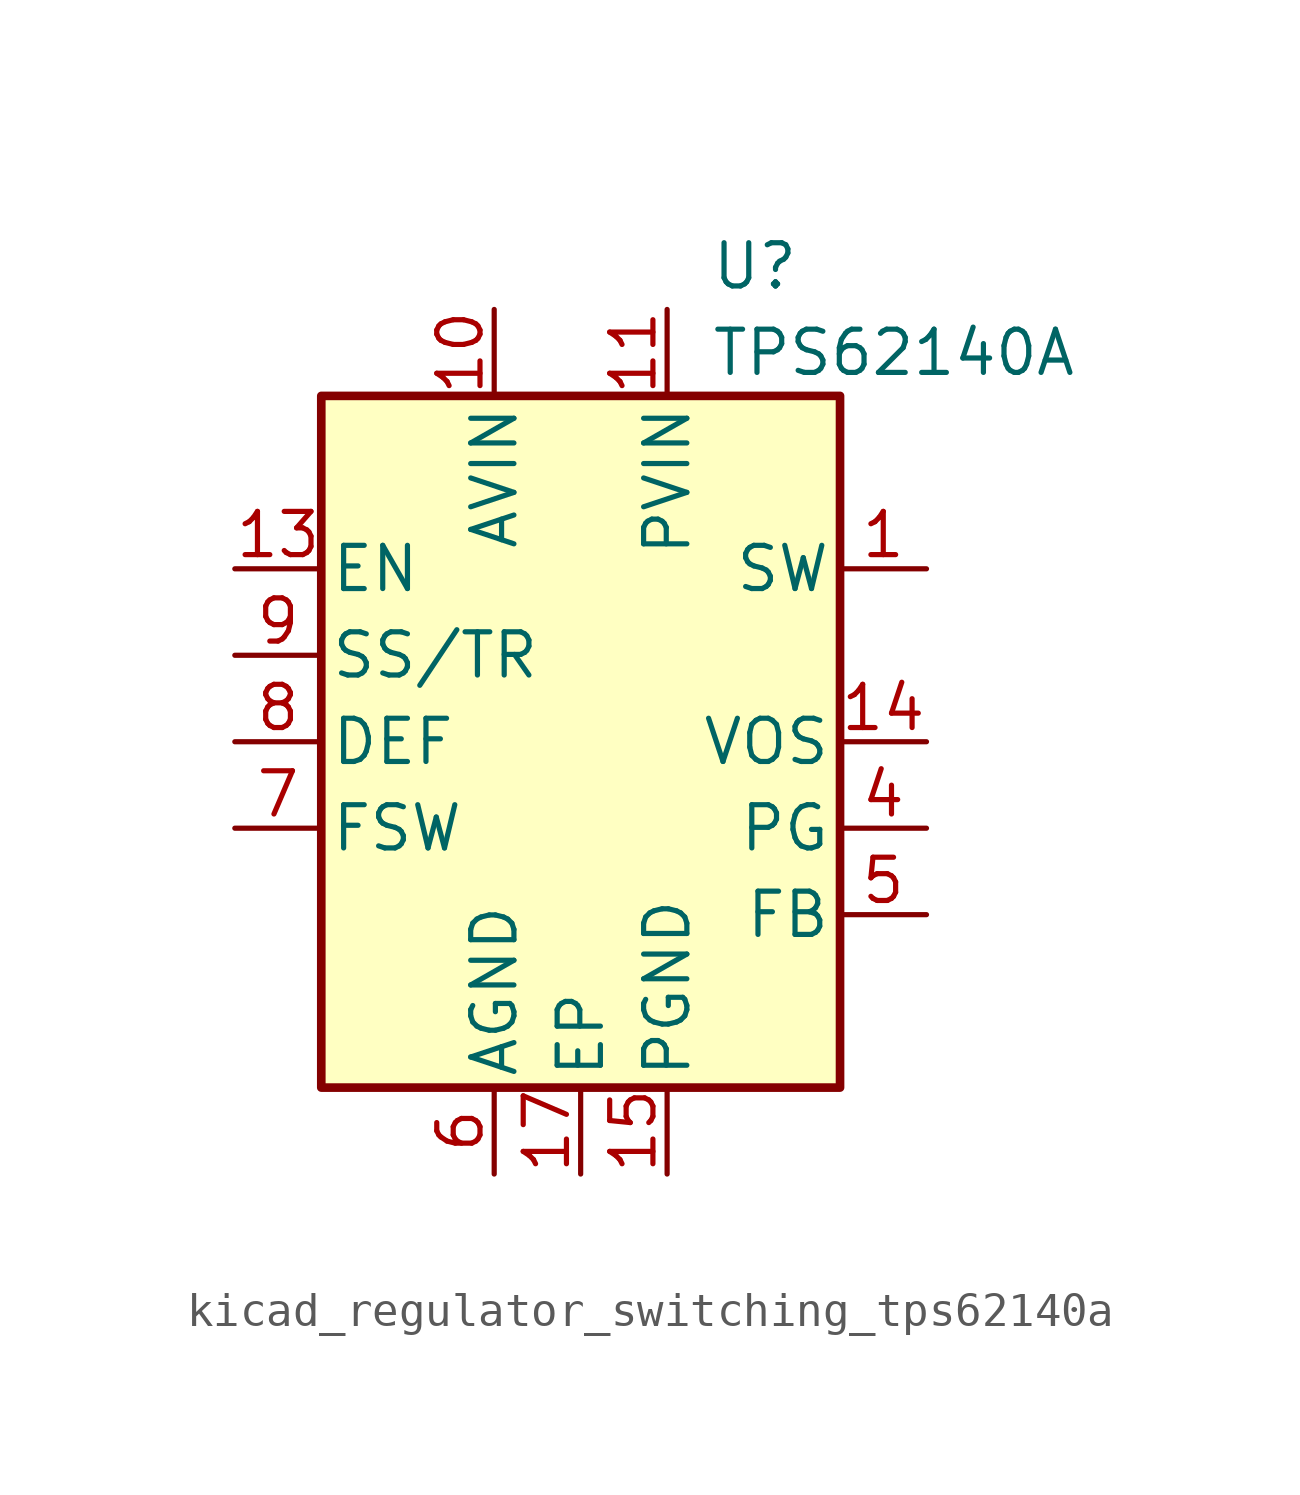
<source format=kicad_sym>
(kicad_symbol_lib
  (version 20220914)
  (generator kicad_symbol_editor)
  (symbol "kicad_regulator_switching_tps62140a"
    (pin_names
      (offset 0.254))
    (property "Reference" "U"
      (at 3.81 13.97 0)
      (effects (font (size 1.27 1.27)) (justify left)))
    (property "Value" "TPS62140A"
      (at 3.81 11.43 0)
      (effects (font (size 1.27 1.27)) (justify left)))
    (symbol "kicad_regulator_switching_tps62140a_0_1"
      (rectangle (start -7.62 10.16) (end 7.62 -10.16) (stroke (width 0.254) (type default)) (fill (type background))))
    (symbol "kicad_regulator_switching_tps62140a_1_1"
      (pin output line (at 10.16 5.08 180) (length 2.54) (name "SW" (effects (font (size 1.27 1.27)))) (number "1" (effects (font (size 1.27 1.27)))))
      (pin power_in line (at -2.54 12.7 270) (length 2.54) (name "AVIN" (effects (font (size 1.27 1.27)))) (number "10" (effects (font (size 1.27 1.27)))))
      (pin power_in line (at 2.54 12.7 270) (length 2.54) (name "PVIN" (effects (font (size 1.27 1.27)))) (number "11" (effects (font (size 1.27 1.27)))))
      (pin passive line (at 2.54 12.7 270) (length 2.54) hide (name "PVIN" (effects (font (size 1.27 1.27)))) (number "12" (effects (font (size 1.27 1.27)))))
      (pin input line (at -10.16 5.08 0) (length 2.54) (name "EN" (effects (font (size 1.27 1.27)))) (number "13" (effects (font (size 1.27 1.27)))))
      (pin input line (at 10.16 0 180) (length 2.54) (name "VOS" (effects (font (size 1.27 1.27)))) (number "14" (effects (font (size 1.27 1.27)))))
      (pin power_in line (at 2.54 -12.7 90) (length 2.54) (name "PGND" (effects (font (size 1.27 1.27)))) (number "15" (effects (font (size 1.27 1.27)))))
      (pin passive line (at 2.54 -12.7 90) (length 2.54) hide (name "PGND" (effects (font (size 1.27 1.27)))) (number "16" (effects (font (size 1.27 1.27)))))
      (pin power_in line (at 0 -12.7 90) (length 2.54) (name "EP" (effects (font (size 1.27 1.27)))) (number "17" (effects (font (size 1.27 1.27)))))
      (pin passive line (at 10.16 5.08 180) (length 2.54) hide (name "SW" (effects (font (size 1.27 1.27)))) (number "2" (effects (font (size 1.27 1.27)))))
      (pin passive line (at 10.16 5.08 180) (length 2.54) hide (name "SW" (effects (font (size 1.27 1.27)))) (number "3" (effects (font (size 1.27 1.27)))))
      (pin open_collector line (at 10.16 -2.54 180) (length 2.54) (name "PG" (effects (font (size 1.27 1.27)))) (number "4" (effects (font (size 1.27 1.27)))))
      (pin input line (at 10.16 -5.08 180) (length 2.54) (name "FB" (effects (font (size 1.27 1.27)))) (number "5" (effects (font (size 1.27 1.27)))))
      (pin power_in line (at -2.54 -12.7 90) (length 2.54) (name "AGND" (effects (font (size 1.27 1.27)))) (number "6" (effects (font (size 1.27 1.27)))))
      (pin input line (at -10.16 -2.54 0) (length 2.54) (name "FSW" (effects (font (size 1.27 1.27)))) (number "7" (effects (font (size 1.27 1.27)))))
      (pin input line (at -10.16 0 0) (length 2.54) (name "DEF" (effects (font (size 1.27 1.27)))) (number "8" (effects (font (size 1.27 1.27)))))
      (pin input line (at -10.16 2.54 0) (length 2.54) (name "SS/TR" (effects (font (size 1.27 1.27)))) (number "9" (effects (font (size 1.27 1.27))))))))
</source>
